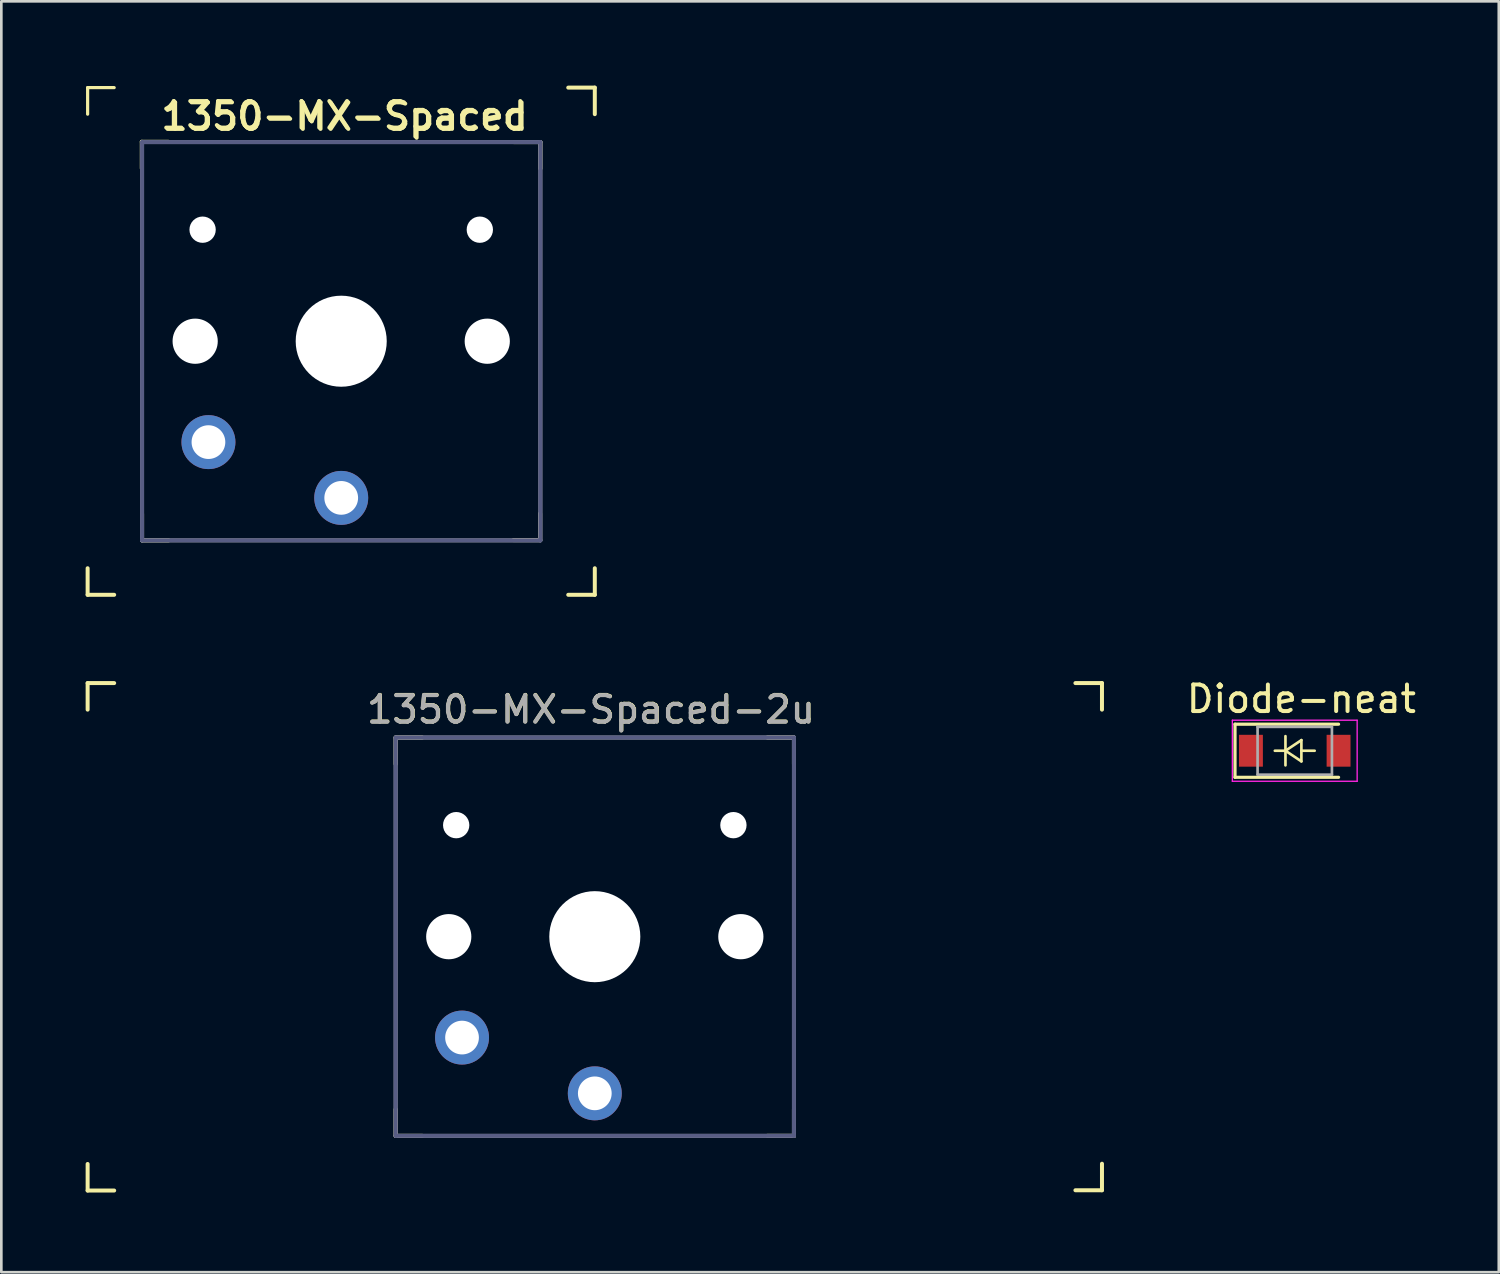
<source format=kicad_pcb>
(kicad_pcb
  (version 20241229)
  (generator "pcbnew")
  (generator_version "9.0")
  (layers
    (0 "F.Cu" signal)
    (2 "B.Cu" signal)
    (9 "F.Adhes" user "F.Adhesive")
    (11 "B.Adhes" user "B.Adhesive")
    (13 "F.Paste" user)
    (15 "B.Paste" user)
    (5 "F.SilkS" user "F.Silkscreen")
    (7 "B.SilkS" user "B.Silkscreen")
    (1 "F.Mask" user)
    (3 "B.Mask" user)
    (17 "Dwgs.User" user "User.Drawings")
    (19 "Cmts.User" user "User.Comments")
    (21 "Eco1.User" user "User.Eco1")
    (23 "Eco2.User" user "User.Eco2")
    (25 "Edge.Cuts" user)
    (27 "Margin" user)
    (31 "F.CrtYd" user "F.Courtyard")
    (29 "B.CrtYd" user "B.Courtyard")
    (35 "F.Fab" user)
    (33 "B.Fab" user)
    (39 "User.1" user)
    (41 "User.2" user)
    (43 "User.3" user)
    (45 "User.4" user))
  (footprint "1350-MX-Spaced"
    (layer "F.Cu")
    (at 0.25 0.25)
    (property "Reference" "1350-MX-Spaced" (at 9.7 1.1 0) (unlocked yes) (layer "F.SilkS") (effects (font (size 1 1) (thickness 0.15))))
    (attr smd)
    (fp_line (start 0 0) (end 1 0) (stroke (width 0.12) (type solid)) (layer "F.SilkS"))
    (fp_line (start 0 1) (end 0 0) (stroke (width 0.12) (type solid)) (layer "F.SilkS"))
    (fp_line (start 0 19.1) (end 0 18.1) (stroke (width 0.15) (type solid)) (layer "F.SilkS"))
    (fp_line (start 1 19.1) (end 0 19.1) (stroke (width 0.15) (type solid)) (layer "F.SilkS"))
    (fp_line (start 2.04 2.04) (end 3.04 2.04) (stroke (width 0.15) (type solid)) (layer "F.SilkS"))
    (fp_line (start 2.04 3.04) (end 2.04 2.04) (stroke (width 0.15) (type solid)) (layer "F.SilkS"))
    (fp_line (start 2.05 17.05) (end 2.05 16.05) (stroke (width 0.15) (type solid)) (layer "F.SilkS"))
    (fp_line (start 3.05 17.05) (end 2.05 17.05) (stroke (width 0.15) (type solid)) (layer "F.SilkS"))
    (fp_line (start 16.05 2.05) (end 17.05 2.05) (stroke (width 0.15) (type solid)) (layer "F.SilkS"))
    (fp_line (start 17.04 16.04) (end 17.04 17.04) (stroke (width 0.15) (type solid)) (layer "F.SilkS"))
    (fp_line (start 17.04 17.04) (end 16.04 17.04) (stroke (width 0.15) (type solid)) (layer "F.SilkS"))
    (fp_line (start 17.05 2.05) (end 17.05 3.05) (stroke (width 0.15) (type solid)) (layer "F.SilkS"))
    (fp_line (start 18.1 0) (end 19.1 0) (stroke (width 0.15) (type solid)) (layer "F.SilkS"))
    (fp_line (start 19.1 0) (end 19.1 1) (stroke (width 0.15) (type solid)) (layer "F.SilkS"))
    (fp_line (start 19.1 18.1) (end 19.1 19.1) (stroke (width 0.15) (type solid)) (layer "F.SilkS"))
    (fp_line (start 19.1 19.1) (end 18.1 19.1) (stroke (width 0.15) (type solid)) (layer "F.SilkS"))
    (fp_line (start 0 0) (end 19.1 0) (stroke (width 0.12) (type solid)) (layer "Eco1.User"))
    (fp_line (start 0 19.1) (end 0 0) (stroke (width 0.12) (type solid)) (layer "Eco1.User"))
    (fp_line (start 0 19.1) (end 19.1 19.1) (stroke (width 0.12) (type solid)) (layer "Eco1.User"))
    (fp_line (start 19.1 19.1) (end 19.1 0) (stroke (width 0.12) (type solid)) (layer "Eco1.User"))
    (fp_line (start 2.65 16.45) (end 2.65 2.65) (stroke (width 0.15) (type solid)) (layer "Eco2.User"))
    (fp_line (start 2.65 16.45) (end 16.45 16.45) (stroke (width 0.15) (type solid)) (layer "Eco2.User"))
    (fp_line (start 6.95 6.45) (end 6.95 3.25) (stroke (width 0.15) (type solid)) (layer "Eco2.User"))
    (fp_line (start 6.95 6.45) (end 12.15 6.45) (stroke (width 0.15) (type solid)) (layer "Eco2.User"))
    (fp_line (start 12.15 3.25) (end 6.95 3.25) (stroke (width 0.15) (type solid)) (layer "Eco2.User"))
    (fp_line (start 12.15 6.45) (end 12.15 3.25) (stroke (width 0.15) (type solid)) (layer "Eco2.User"))
    (fp_line (start 16.45 2.65) (end 2.65 2.65) (stroke (width 0.15) (type solid)) (layer "Eco2.User"))
    (fp_line (start 16.45 2.65) (end 16.45 16.45) (stroke (width 0.15) (type solid)) (layer "Eco2.User"))
    (fp_line (start 2.05 2.05) (end 17.05 2.05) (stroke (width 0.15) (type solid)) (layer "B.Fab"))
    (fp_line (start 2.05 17.05) (end 2.05 2.05) (stroke (width 0.15) (type solid)) (layer "B.Fab"))
    (fp_line (start 17.05 2.05) (end 17.05 17.05) (stroke (width 0.15) (type solid)) (layer "B.Fab"))
    (fp_line (start 17.05 17.05) (end 2.05 17.05) (stroke (width 0.15) (type solid)) (layer "B.Fab"))
    (fp_line (start 2.05 2.05) (end 17.05 2.05) (stroke (width 0.15) (type solid)) (layer "F.Fab"))
    (fp_line (start 2.05 17.05) (end 2.05 2.05) (stroke (width 0.15) (type solid)) (layer "F.Fab"))
    (fp_line (start 17.05 2.05) (end 17.05 17.05) (stroke (width 0.15) (type solid)) (layer "F.Fab"))
    (fp_line (start 17.05 17.05) (end 2.05 17.05) (stroke (width 0.15) (type solid)) (layer "F.Fab"))
    (fp_text user "${REFERENCE}" (at 9.65 1.05 180) (layer "F.SilkS") (effects (font (size 1 1) (thickness 0.15))))
    (pad "" np_thru_hole circle (at 4.05 9.55) (size 1.702 1.702) (drill 1.702) (layers "*.Cu" "*.Mask"))
    (pad "" np_thru_hole circle (at 4.33 5.35) (size 0.991 0.991) (drill 0.991) (layers "*.Cu" "*.Mask"))
    (pad "" np_thru_hole circle (at 9.55 9.55) (size 3.429 3.429) (drill 3.429) (layers "*.Cu" "*.Mask"))
    (pad "" np_thru_hole circle (at 14.77 5.35) (size 0.991 0.991) (drill 0.991) (layers "*.Cu" "*.Mask"))
    (pad "" np_thru_hole circle (at 15.05 9.55) (size 1.702 1.702) (drill 1.702) (layers "*.Cu" "*.Mask"))
    (pad "1" thru_hole circle (at 9.55 15.45) (size 2.032 2.032) (drill 1.27) (layers "*.Cu" "*.Mask"))
    (pad "2" thru_hole circle (at 4.55 13.35) (size 2.032 2.032) (drill 1.27) (layers "*.Cu" "*.Mask")))
  (footprint "Diode-neat"
    (layer "F.Cu")
    (at 45.66 25.273)
    (property "Reference" "Diode-neat" (at 0.3 -2 0) (unlocked yes) (layer "F.SilkS") (effects (font (size 1 1) (thickness 0.15))))
    (attr smd)
    (fp_line (start -2.2 -1.05) (end -2.2 0.95) (stroke (width 0.12) (type solid)) (layer "F.SilkS"))
    (fp_line (start -2.2 -1.05) (end 1.7 -1.05) (stroke (width 0.12) (type solid)) (layer "F.SilkS"))
    (fp_line (start -2.2 0.95) (end 1.7 0.95) (stroke (width 0.12) (type solid)) (layer "F.SilkS"))
    (fp_line (start -0.7 -0.05) (end -0.3 -0.05) (stroke (width 0.1) (type solid)) (layer "F.SilkS"))
    (fp_line (start -0.3 -0.05) (end -0.3 -0.6) (stroke (width 0.1) (type solid)) (layer "F.SilkS"))
    (fp_line (start -0.3 -0.05) (end -0.3 0.5) (stroke (width 0.1) (type solid)) (layer "F.SilkS"))
    (fp_line (start -0.3 -0.05) (end 0.3 -0.45) (stroke (width 0.1) (type solid)) (layer "F.SilkS"))
    (fp_line (start 0.3 -0.45) (end 0.3 0.35) (stroke (width 0.1) (type solid)) (layer "F.SilkS"))
    (fp_line (start 0.3 -0.05) (end 0.8 -0.05) (stroke (width 0.1) (type solid)) (layer "F.SilkS"))
    (fp_line (start 0.3 0.35) (end -0.3 -0.05) (stroke (width 0.1) (type solid)) (layer "F.SilkS"))
    (fp_line (start -2.3 -1.2) (end -2.3 1.1) (stroke (width 0.05) (type solid)) (layer "F.CrtYd"))
    (fp_line (start -2.3 -1.2) (end 2.4 -1.2) (stroke (width 0.05) (type solid)) (layer "F.CrtYd"))
    (fp_line (start 2.4 -1.2) (end 2.4 1.1) (stroke (width 0.05) (type solid)) (layer "F.CrtYd"))
    (fp_line (start 2.4 1.1) (end -2.3 1.1) (stroke (width 0.05) (type solid)) (layer "F.CrtYd"))
    (fp_line (start -1.35 -0.95) (end 1.45 -0.95) (stroke (width 0.1) (type solid)) (layer "F.Fab"))
    (fp_line (start -1.35 0.85) (end -1.35 -0.95) (stroke (width 0.1) (type solid)) (layer "F.Fab"))
    (fp_line (start 1.45 -0.95) (end 1.45 0.85) (stroke (width 0.1) (type solid)) (layer "F.Fab"))
    (fp_line (start 1.45 0.85) (end -1.35 0.85) (stroke (width 0.1) (type solid)) (layer "F.Fab"))
    (pad "1" smd rect (at -1.6 -0.05) (size 0.9 1.2) (layers "F.Cu" "F.Mask" "F.Paste"))
    (pad "2" smd rect (at 1.7 -0.05) (size 0.9 1.2) (layers "F.Cu" "F.Mask" "F.Paste")))
  (footprint "1350-MX-Spaced-2u"
    (layer "F.Cu")
    (at 0.25 22.675)
    (property "Reference" "1350-MX-Spaced-2u" (at 18.96 0.99 0) (unlocked yes) (layer "F.SilkS") (effects (font (size 1 1) (thickness 0.15))))
    (attr smd)
    (fp_line (start 0 0) (end 1 0) (stroke (width 0.15) (type solid)) (layer "F.SilkS"))
    (fp_line (start 0 1) (end 0 0) (stroke (width 0.15) (type solid)) (layer "F.SilkS"))
    (fp_line (start 0 19.11) (end 0 18.11) (stroke (width 0.15) (type solid)) (layer "F.SilkS"))
    (fp_line (start 1 19.11) (end 0 19.11) (stroke (width 0.15) (type solid)) (layer "F.SilkS"))
    (fp_line (start 11.6 2.05) (end 12.6 2.05) (stroke (width 0.15) (type solid)) (layer "F.SilkS"))
    (fp_line (start 11.6 3.05) (end 11.6 2.05) (stroke (width 0.15) (type solid)) (layer "F.SilkS"))
    (fp_line (start 11.6 17.05) (end 11.6 16.05) (stroke (width 0.15) (type solid)) (layer "F.SilkS"))
    (fp_line (start 12.6 17.05) (end 11.6 17.05) (stroke (width 0.15) (type solid)) (layer "F.SilkS"))
    (fp_line (start 25.6 2.05) (end 26.6 2.05) (stroke (width 0.15) (type solid)) (layer "F.SilkS"))
    (fp_line (start 26.6 2.05) (end 26.6 3.05) (stroke (width 0.15) (type solid)) (layer "F.SilkS"))
    (fp_line (start 26.6 16.05) (end 26.6 17.05) (stroke (width 0.15) (type solid)) (layer "F.SilkS"))
    (fp_line (start 26.6 17.05) (end 25.6 17.05) (stroke (width 0.15) (type solid)) (layer "F.SilkS"))
    (fp_line (start 37.2 0) (end 38.2 0) (stroke (width 0.15) (type solid)) (layer "F.SilkS"))
    (fp_line (start 38.2 0) (end 38.2 1) (stroke (width 0.15) (type solid)) (layer "F.SilkS"))
    (fp_line (start 38.2 18.1) (end 38.2 19.1) (stroke (width 0.15) (type solid)) (layer "F.SilkS"))
    (fp_line (start 38.2 19.1) (end 37.2 19.1) (stroke (width 0.15) (type solid)) (layer "F.SilkS"))
    (fp_line (start 0 0) (end 38.2 0) (stroke (width 0.12) (type solid)) (layer "Eco1.User"))
    (fp_line (start 0 19.1) (end 0 0) (stroke (width 0.12) (type solid)) (layer "Eco1.User"))
    (fp_line (start 0 19.1) (end 38.2 19.1) (stroke (width 0.12) (type solid)) (layer "Eco1.User"))
    (fp_line (start 38.2 19.1) (end 38.2 0) (stroke (width 0.12) (type solid)) (layer "Eco1.User"))
    (fp_line (start 12.2 16.45) (end 12.2 2.65) (stroke (width 0.15) (type solid)) (layer "Eco2.User"))
    (fp_line (start 12.2 16.45) (end 26 16.45) (stroke (width 0.15) (type solid)) (layer "Eco2.User"))
    (fp_line (start 16.5 6.45) (end 16.5 3.25) (stroke (width 0.15) (type solid)) (layer "Eco2.User"))
    (fp_line (start 16.5 6.45) (end 21.7 6.45) (stroke (width 0.15) (type solid)) (layer "Eco2.User"))
    (fp_line (start 21.7 3.25) (end 16.5 3.25) (stroke (width 0.15) (type solid)) (layer "Eco2.User"))
    (fp_line (start 21.7 6.45) (end 21.7 3.25) (stroke (width 0.15) (type solid)) (layer "Eco2.User"))
    (fp_line (start 26 2.65) (end 12.2 2.65) (stroke (width 0.15) (type solid)) (layer "Eco2.User"))
    (fp_line (start 26 2.65) (end 26 16.45) (stroke (width 0.15) (type solid)) (layer "Eco2.User"))
    (fp_line (start 11.6 2.05) (end 26.6 2.05) (stroke (width 0.15) (type solid)) (layer "B.Fab"))
    (fp_line (start 11.6 17.05) (end 11.6 2.05) (stroke (width 0.15) (type solid)) (layer "B.Fab"))
    (fp_line (start 26.6 2.05) (end 26.6 17.05) (stroke (width 0.15) (type solid)) (layer "B.Fab"))
    (fp_line (start 26.6 17.05) (end 11.6 17.05) (stroke (width 0.15) (type solid)) (layer "B.Fab"))
    (fp_line (start 11.6 2.05) (end 26.6 2.05) (stroke (width 0.15) (type solid)) (layer "F.Fab"))
    (fp_line (start 11.6 17.05) (end 11.6 2.05) (stroke (width 0.15) (type solid)) (layer "F.Fab"))
    (fp_line (start 26.6 2.05) (end 26.6 17.05) (stroke (width 0.15) (type solid)) (layer "F.Fab"))
    (fp_line (start 26.6 17.05) (end 11.6 17.05) (stroke (width 0.15) (type solid)) (layer "F.Fab"))
    (fp_text user "${REFERENCE}" (at 18.95 1 0) (layer "F.Fab") (effects (font (size 1 1) (thickness 0.15))))
    (pad "" np_thru_hole circle (at 13.6 9.55) (size 1.702 1.702) (drill 1.702) (layers "*.Cu" "*.Mask"))
    (pad "" np_thru_hole circle (at 13.88 5.35) (size 0.991 0.991) (drill 0.991) (layers "*.Cu" "*.Mask"))
    (pad "" np_thru_hole circle (at 19.1 9.55) (size 3.429 3.429) (drill 3.429) (layers "*.Cu" "*.Mask"))
    (pad "" np_thru_hole circle (at 24.32 5.35) (size 0.991 0.991) (drill 0.991) (layers "*.Cu" "*.Mask"))
    (pad "" np_thru_hole circle (at 24.6 9.55) (size 1.702 1.702) (drill 1.702) (layers "*.Cu" "*.Mask"))
    (pad "1" thru_hole circle (at 19.1 15.45) (size 2.032 2.032) (drill 1.27) (layers "*.Cu" "*.Mask"))
    (pad "2" thru_hole circle (at 14.1 13.35) (size 2.032 2.032) (drill 1.27) (layers "*.Cu" "*.Mask")))
  (gr_rect
    (start -3 -3)
    (end 53.394 44.86)
    (stroke (width 0.1) (type default))
    (fill no)
    (layer "Edge.Cuts")))
</source>
